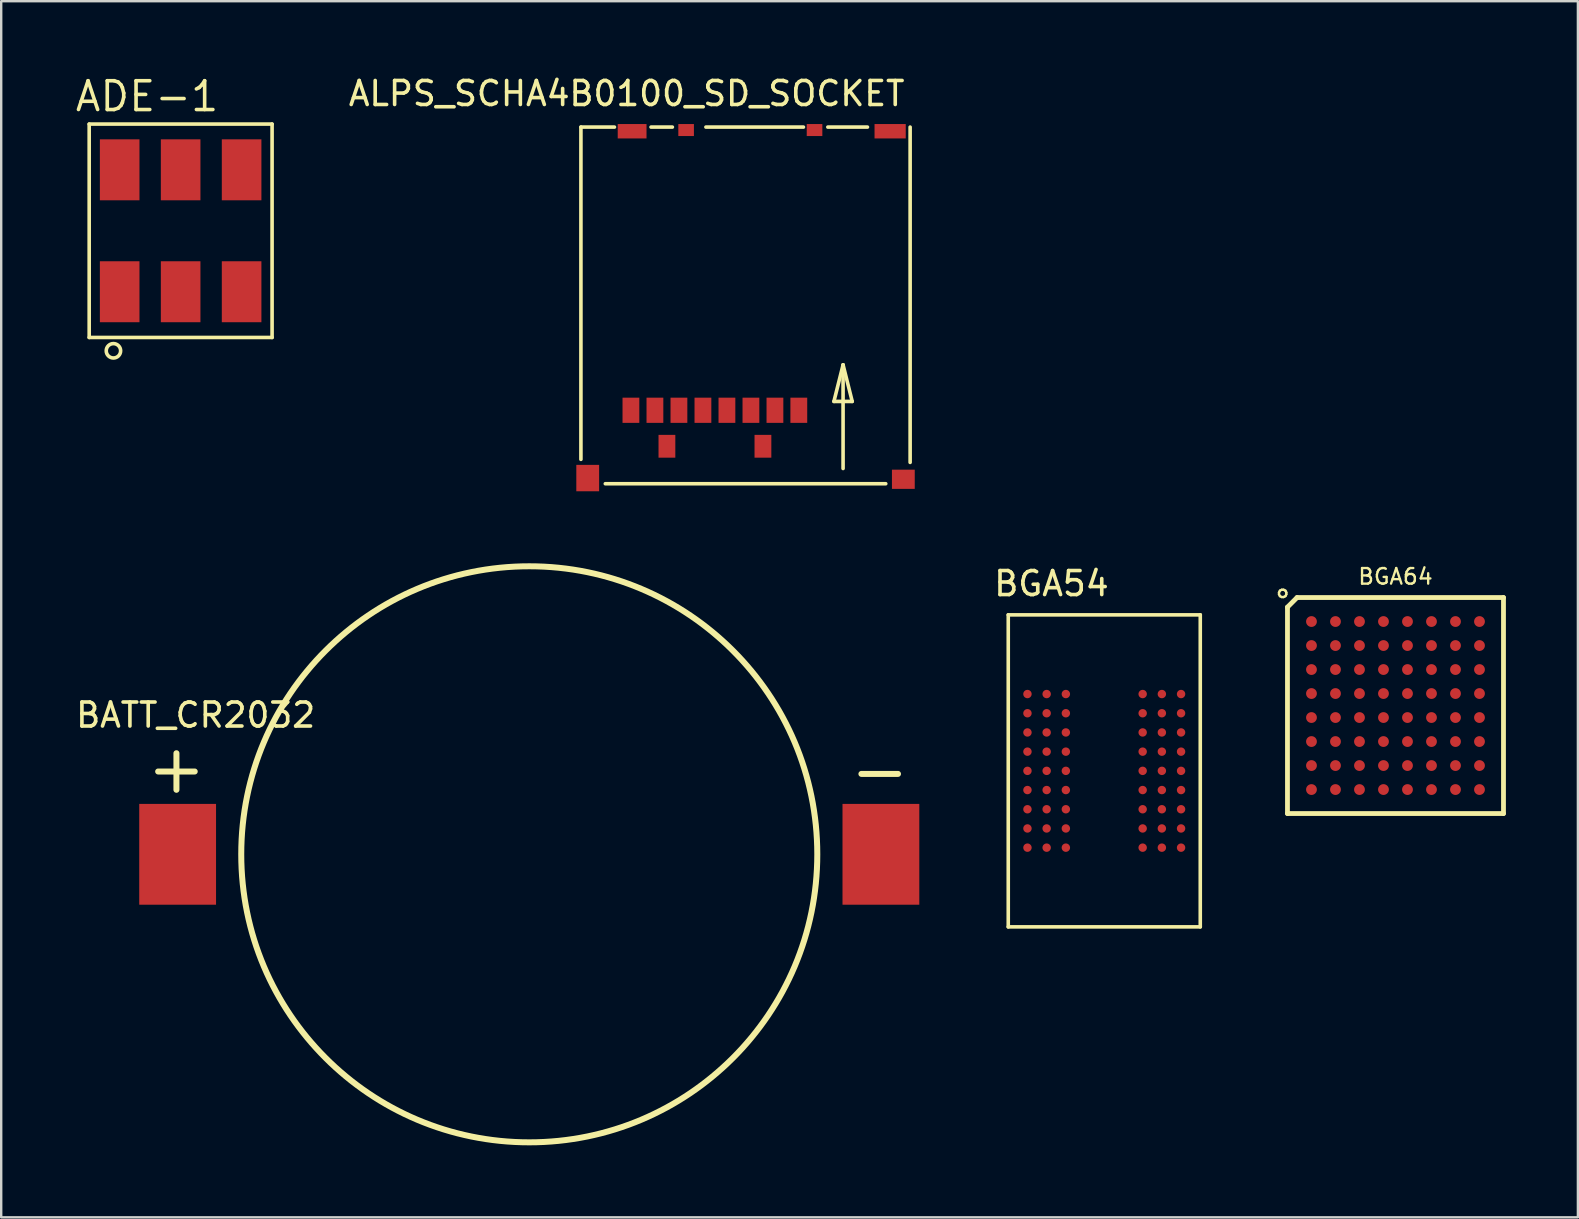
<source format=kicad_pcb>
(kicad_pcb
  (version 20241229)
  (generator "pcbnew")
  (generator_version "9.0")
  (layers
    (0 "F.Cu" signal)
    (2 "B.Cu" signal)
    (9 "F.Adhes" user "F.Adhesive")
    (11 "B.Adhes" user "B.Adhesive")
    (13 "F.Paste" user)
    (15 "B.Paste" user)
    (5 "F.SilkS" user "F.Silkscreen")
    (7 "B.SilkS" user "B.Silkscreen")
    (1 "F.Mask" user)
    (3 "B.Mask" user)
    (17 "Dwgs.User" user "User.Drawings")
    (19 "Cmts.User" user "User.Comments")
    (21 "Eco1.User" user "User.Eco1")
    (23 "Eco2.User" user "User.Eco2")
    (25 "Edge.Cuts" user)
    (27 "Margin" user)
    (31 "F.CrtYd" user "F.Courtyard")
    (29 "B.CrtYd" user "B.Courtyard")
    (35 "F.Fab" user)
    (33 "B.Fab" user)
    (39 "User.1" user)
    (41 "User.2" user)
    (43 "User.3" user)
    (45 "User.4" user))
  (footprint "BATT_CR2032"
    (layer "F.Cu")
    (at 19.001 32.543)
    (property "Reference" "BATT_CR2032" (at -13.9 -5.8 0) (layer "F.SilkS") (effects (font (size 1 1) (thickness 0.15))))
    (attr through_hole)
    (fp_circle (center 0 0) (end 12 0) (stroke (width 0.25) (type solid)) (fill no) (layer "F.SilkS"))
    (fp_text user "-" (at 14.6 -3.5 0) (layer "F.SilkS") (effects (font (size 2 2) (thickness 0.25))))
    (fp_text user "+" (at -14.7 -3.6 0) (layer "F.SilkS") (effects (font (size 2 2) (thickness 0.25))))
    (pad "+" smd rect (at -14.65 0) (size 3.2 4.2) (layers "F.Cu" "F.Mask" "F.Paste"))
    (pad "-" smd rect (at 14.65 0) (size 3.2 4.2) (layers "F.Cu" "F.Mask" "F.Paste")))
  (footprint "BGA54"
    (layer "F.Cu")
    (at 39.757 25.866)
    (property "Reference" "BGA54" (at 1 -4.6 0) (layer "F.SilkS") (effects (font (size 1 1) (thickness 0.15))))
    (attr through_hole)
    (fp_line (start -0.8 -3.3) (end -0.8 9.7) (stroke (width 0.15) (type solid)) (layer "F.SilkS"))
    (fp_line (start -0.8 -3.3) (end 7.2 -3.3) (stroke (width 0.15) (type solid)) (layer "F.SilkS"))
    (fp_line (start -0.8 9.7) (end 7.2 9.7) (stroke (width 0.15) (type solid)) (layer "F.SilkS"))
    (fp_line (start 7.2 9.7) (end 7.2 -3.3) (stroke (width 0.15) (type solid)) (layer "F.SilkS"))
    (pad "A1" smd circle (at 0 0) (size 0.35 0.35) (layers "F.Cu" "F.Mask" "F.Paste"))
    (pad "A2" smd circle (at 0.8 0) (size 0.35 0.35) (layers "F.Cu" "F.Mask" "F.Paste"))
    (pad "A3" smd circle (at 1.6 0) (size 0.35 0.35) (layers "F.Cu" "F.Mask" "F.Paste"))
    (pad "A7" smd circle (at 4.8 0) (size 0.35 0.35) (layers "F.Cu" "F.Mask" "F.Paste"))
    (pad "A8" smd circle (at 5.6 0) (size 0.35 0.35) (layers "F.Cu" "F.Mask" "F.Paste"))
    (pad "A9" smd circle (at 6.4 0) (size 0.35 0.35) (layers "F.Cu" "F.Mask" "F.Paste"))
    (pad "B1" smd circle (at 0 0.8) (size 0.35 0.35) (layers "F.Cu" "F.Mask" "F.Paste"))
    (pad "B2" smd circle (at 0.8 0.8) (size 0.35 0.35) (layers "F.Cu" "F.Mask" "F.Paste"))
    (pad "B3" smd circle (at 1.6 0.8) (size 0.35 0.35) (layers "F.Cu" "F.Mask" "F.Paste"))
    (pad "B7" smd circle (at 4.8 0.8) (size 0.35 0.35) (layers "F.Cu" "F.Mask" "F.Paste"))
    (pad "B8" smd circle (at 5.6 0.8) (size 0.35 0.35) (layers "F.Cu" "F.Mask" "F.Paste"))
    (pad "B9" smd circle (at 6.4 0.8) (size 0.35 0.35) (layers "F.Cu" "F.Mask" "F.Paste"))
    (pad "C1" smd circle (at 0 1.6) (size 0.35 0.35) (layers "F.Cu" "F.Mask" "F.Paste"))
    (pad "C2" smd circle (at 0.8 1.6) (size 0.35 0.35) (layers "F.Cu" "F.Mask" "F.Paste"))
    (pad "C3" smd circle (at 1.6 1.6) (size 0.35 0.35) (layers "F.Cu" "F.Mask" "F.Paste"))
    (pad "C7" smd circle (at 4.8 1.6) (size 0.35 0.35) (layers "F.Cu" "F.Mask" "F.Paste"))
    (pad "C8" smd circle (at 5.6 1.6) (size 0.35 0.35) (layers "F.Cu" "F.Mask" "F.Paste"))
    (pad "C9" smd circle (at 6.4 1.6) (size 0.35 0.35) (layers "F.Cu" "F.Mask" "F.Paste"))
    (pad "D1" smd circle (at 0 2.4) (size 0.35 0.35) (layers "F.Cu" "F.Mask" "F.Paste"))
    (pad "D2" smd circle (at 0.8 2.4) (size 0.35 0.35) (layers "F.Cu" "F.Mask" "F.Paste"))
    (pad "D3" smd circle (at 1.6 2.4) (size 0.35 0.35) (layers "F.Cu" "F.Mask" "F.Paste"))
    (pad "D7" smd circle (at 4.8 2.4) (size 0.35 0.35) (layers "F.Cu" "F.Mask" "F.Paste"))
    (pad "D8" smd circle (at 5.6 2.4) (size 0.35 0.35) (layers "F.Cu" "F.Mask" "F.Paste"))
    (pad "D9" smd circle (at 6.4 2.4) (size 0.35 0.35) (layers "F.Cu" "F.Mask" "F.Paste"))
    (pad "E1" smd circle (at 0 3.2) (size 0.35 0.35) (layers "F.Cu" "F.Mask" "F.Paste"))
    (pad "E2" smd circle (at 0.8 3.2) (size 0.35 0.35) (layers "F.Cu" "F.Mask" "F.Paste"))
    (pad "E3" smd circle (at 1.6 3.2) (size 0.35 0.35) (layers "F.Cu" "F.Mask" "F.Paste"))
    (pad "E7" smd circle (at 4.8 3.2) (size 0.35 0.35) (layers "F.Cu" "F.Mask" "F.Paste"))
    (pad "E8" smd circle (at 5.6 3.2) (size 0.35 0.35) (layers "F.Cu" "F.Mask" "F.Paste"))
    (pad "E9" smd circle (at 6.4 3.2) (size 0.35 0.35) (layers "F.Cu" "F.Mask" "F.Paste"))
    (pad "F1" smd circle (at 0 4) (size 0.35 0.35) (layers "F.Cu" "F.Mask" "F.Paste"))
    (pad "F2" smd circle (at 0.8 4) (size 0.35 0.35) (layers "F.Cu" "F.Mask" "F.Paste"))
    (pad "F3" smd circle (at 1.6 4) (size 0.35 0.35) (layers "F.Cu" "F.Mask" "F.Paste"))
    (pad "F7" smd circle (at 4.8 4) (size 0.35 0.35) (layers "F.Cu" "F.Mask" "F.Paste"))
    (pad "F8" smd circle (at 5.6 4) (size 0.35 0.35) (layers "F.Cu" "F.Mask" "F.Paste"))
    (pad "F9" smd circle (at 6.4 4) (size 0.35 0.35) (layers "F.Cu" "F.Mask" "F.Paste"))
    (pad "G1" smd circle (at 0 4.8) (size 0.35 0.35) (layers "F.Cu" "F.Mask" "F.Paste"))
    (pad "G2" smd circle (at 0.8 4.8) (size 0.35 0.35) (layers "F.Cu" "F.Mask" "F.Paste"))
    (pad "G3" smd circle (at 1.6 4.8) (size 0.35 0.35) (layers "F.Cu" "F.Mask" "F.Paste"))
    (pad "G7" smd circle (at 4.8 4.8) (size 0.35 0.35) (layers "F.Cu" "F.Mask" "F.Paste"))
    (pad "G8" smd circle (at 5.6 4.8) (size 0.35 0.35) (layers "F.Cu" "F.Mask" "F.Paste"))
    (pad "G9" smd circle (at 6.4 4.8) (size 0.35 0.35) (layers "F.Cu" "F.Mask" "F.Paste"))
    (pad "H1" smd circle (at 0 5.6) (size 0.35 0.35) (layers "F.Cu" "F.Mask" "F.Paste"))
    (pad "H2" smd circle (at 0.8 5.6) (size 0.35 0.35) (layers "F.Cu" "F.Mask" "F.Paste"))
    (pad "H3" smd circle (at 1.6 5.6) (size 0.35 0.35) (layers "F.Cu" "F.Mask" "F.Paste"))
    (pad "H7" smd circle (at 4.8 5.6) (size 0.35 0.35) (layers "F.Cu" "F.Mask" "F.Paste"))
    (pad "H8" smd circle (at 5.6 5.6) (size 0.35 0.35) (layers "F.Cu" "F.Mask" "F.Paste"))
    (pad "H9" smd circle (at 6.4 5.6) (size 0.35 0.35) (layers "F.Cu" "F.Mask" "F.Paste"))
    (pad "J1" smd circle (at 0 6.4) (size 0.35 0.35) (layers "F.Cu" "F.Mask" "F.Paste"))
    (pad "J2" smd circle (at 0.8 6.4) (size 0.35 0.35) (layers "F.Cu" "F.Mask" "F.Paste"))
    (pad "J3" smd circle (at 1.6 6.4) (size 0.35 0.35) (layers "F.Cu" "F.Mask" "F.Paste"))
    (pad "J7" smd circle (at 4.8 6.4) (size 0.35 0.35) (layers "F.Cu" "F.Mask" "F.Paste"))
    (pad "J8" smd circle (at 5.6 6.4) (size 0.35 0.35) (layers "F.Cu" "F.Mask" "F.Paste"))
    (pad "J9" smd circle (at 6.4 6.4) (size 0.35 0.35) (layers "F.Cu" "F.Mask" "F.Paste")))
  (footprint "ADE-1"
    (layer "F.Cu")
    (at 4.476 6.565)
    (property "Reference" "ADE-1" (at -1.4 -5.6 180) (layer "F.SilkS") (effects (font (size 1.2 1.2) (thickness 0.15))))
    (attr through_hole)
    (fp_line (start -3.81 -4.445) (end 3.81 -4.445) (stroke (width 0.15) (type solid)) (layer "F.SilkS"))
    (fp_line (start -3.81 4.445) (end -3.81 -4.445) (stroke (width 0.15) (type solid)) (layer "F.SilkS"))
    (fp_line (start 3.81 -4.445) (end 3.81 4.445) (stroke (width 0.15) (type solid)) (layer "F.SilkS"))
    (fp_line (start 3.81 4.445) (end -3.81 4.445) (stroke (width 0.15) (type solid)) (layer "F.SilkS"))
    (fp_circle (center -2.8 5) (end -2.5 5) (stroke (width 0.15) (type solid)) (fill no) (layer "F.SilkS"))
    (pad "1" smd rect (at -2.54 2.54) (size 1.65 2.54) (layers "F.Cu" "F.Mask" "F.Paste"))
    (pad "2" smd rect (at 0 2.54) (size 1.65 2.54) (layers "F.Cu" "F.Mask" "F.Paste"))
    (pad "3" smd rect (at 2.54 2.54) (size 1.65 2.54) (layers "F.Cu" "F.Mask" "F.Paste"))
    (pad "4" smd rect (at 2.54 -2.54) (size 1.65 2.54) (layers "F.Cu" "F.Mask" "F.Paste"))
    (pad "5" smd rect (at 0 -2.54) (size 1.65 2.54) (layers "F.Cu" "F.Mask" "F.Paste"))
    (pad "6" smd rect (at -2.54 -2.54) (size 1.65 2.54) (layers "F.Cu" "F.Mask" "F.Paste")))
  (footprint "ALPS_SCHA4B0100_SD_SOCKET"
    (layer "F.Cu")
    (at 28.011 2.118)
    (property "Reference" "ALPS_SCHA4B0100_SD_SOCKET" (at -4.953 -1.27 0) (layer "F.SilkS") (effects (font (size 1 1) (thickness 0.15))))
    (attr through_hole)
    (fp_line (start -6.858 0.127) (end -5.461 0.127) (stroke (width 0.15) (type solid)) (layer "F.SilkS"))
    (fp_line (start -6.858 13.97) (end -6.858 0.127) (stroke (width 0.15) (type solid)) (layer "F.SilkS"))
    (fp_line (start -3.937 0.127) (end -3.048 0.127) (stroke (width 0.15) (type solid)) (layer "F.SilkS"))
    (fp_line (start -1.651 0.127) (end 2.413 0.127) (stroke (width 0.15) (type solid)) (layer "F.SilkS"))
    (fp_line (start 3.429 0.127) (end 5.08 0.127) (stroke (width 0.15) (type solid)) (layer "F.SilkS"))
    (fp_line (start 3.683 11.557) (end 4.445 11.557) (stroke (width 0.15) (type solid)) (layer "F.SilkS"))
    (fp_line (start 4.064 10.033) (end 3.683 11.557) (stroke (width 0.15) (type solid)) (layer "F.SilkS"))
    (fp_line (start 4.064 14.351) (end 4.064 10.033) (stroke (width 0.15) (type solid)) (layer "F.SilkS"))
    (fp_line (start 4.445 11.557) (end 4.064 10.033) (stroke (width 0.15) (type solid)) (layer "F.SilkS"))
    (fp_line (start 5.842 14.986) (end -5.842 14.986) (stroke (width 0.15) (type solid)) (layer "F.SilkS"))
    (fp_line (start 6.858 0.127) (end 6.858 14.097) (stroke (width 0.15) (type solid)) (layer "F.SilkS"))
    (pad "1" smd rect (at 2.22 11.925) (size 0.7 1.05) (layers "F.Cu" "F.Mask" "F.Paste"))
    (pad "2" smd rect (at 1.225 11.925) (size 0.7 1.05) (layers "F.Cu" "F.Mask" "F.Paste"))
    (pad "3" smd rect (at 0.225 11.925) (size 0.7 1.05) (layers "F.Cu" "F.Mask" "F.Paste"))
    (pad "4" smd rect (at -0.775 11.925) (size 0.7 1.05) (layers "F.Cu" "F.Mask" "F.Paste"))
    (pad "5" smd rect (at -1.775 11.925) (size 0.7 1.05) (layers "F.Cu" "F.Mask" "F.Paste"))
    (pad "6" smd rect (at -2.775 11.925) (size 0.7 1.05) (layers "F.Cu" "F.Mask" "F.Paste"))
    (pad "7" smd rect (at -3.775 11.925) (size 0.7 1.05) (layers "F.Cu" "F.Mask" "F.Paste"))
    (pad "8" smd rect (at -4.775 11.925) (size 0.7 1.05) (layers "F.Cu" "F.Mask" "F.Paste"))
    (pad "9" smd rect (at -2.475 0.25) (size 0.65 0.5) (layers "F.Cu" "F.Mask" "F.Paste"))
    (pad "10" smd rect (at 2.875 0.25) (size 0.65 0.5) (layers "F.Cu" "F.Mask" "F.Paste"))
    (pad "11" smd rect (at 6.575 14.8) (size 0.95 0.8) (layers "F.Cu" "F.Mask" "F.Paste"))
    (pad "12" smd rect (at -6.575 14.75) (size 0.95 1.1) (layers "F.Cu" "F.Mask" "F.Paste"))
    (pad "13" smd rect (at 0.725 13.425) (size 0.7 0.95) (layers "F.Cu" "F.Mask" "F.Paste"))
    (pad "14" smd rect (at -3.275 13.425) (size 0.7 0.95) (layers "F.Cu" "F.Mask" "F.Paste"))
    (pad "15" smd rect (at 6.025 0.3) (size 1.3 0.6) (layers "F.Cu" "F.Mask" "F.Paste"))
    (pad "16" smd rect (at -4.725 0.3) (size 1.2 0.6) (layers "F.Cu" "F.Mask" "F.Paste")))
  (footprint "BGA64"
    (layer "F.Cu")
    (at 55.09 26.345)
    (property "Reference" "BGA64" (at 0 -5.375 0) (layer "F.SilkS") (effects (font (size 0.65 0.65) (thickness 0.098))))
    (attr smd)
    (fp_line (start -4.5 -4.1) (end -4.1 -4.5) (stroke (width 0.2) (type solid)) (layer "F.SilkS"))
    (fp_line (start -4.5 4.5) (end -4.5 -4.1) (stroke (width 0.2) (type solid)) (layer "F.SilkS"))
    (fp_line (start -4.1 -4.5) (end 4.5 -4.5) (stroke (width 0.2) (type solid)) (layer "F.SilkS"))
    (fp_line (start 4.5 -4.5) (end 4.5 4.5) (stroke (width 0.2) (type solid)) (layer "F.SilkS"))
    (fp_line (start 4.5 4.5) (end -4.5 4.5) (stroke (width 0.2) (type solid)) (layer "F.SilkS"))
    (fp_text user "○" (at -4.7 -4.7 0) (layer "F.SilkS") (effects (font (size 0.4 0.4) (thickness 0.1))))
    (pad "A1" smd circle (at -3.5 -3.5) (size 0.45 0.45) (layers "F.Cu" "F.Mask" "F.Paste"))
    (pad "A2" smd circle (at -2.5 -3.5) (size 0.45 0.45) (layers "F.Cu" "F.Mask" "F.Paste"))
    (pad "A3" smd circle (at -1.5 -3.5) (size 0.45 0.45) (layers "F.Cu" "F.Mask" "F.Paste"))
    (pad "A4" smd circle (at -0.5 -3.5) (size 0.45 0.45) (layers "F.Cu" "F.Mask" "F.Paste"))
    (pad "A5" smd circle (at 0.5 -3.5) (size 0.45 0.45) (layers "F.Cu" "F.Mask" "F.Paste"))
    (pad "A6" smd circle (at 1.5 -3.5) (size 0.45 0.45) (layers "F.Cu" "F.Mask" "F.Paste"))
    (pad "A7" smd circle (at 2.5 -3.5) (size 0.45 0.45) (layers "F.Cu" "F.Mask" "F.Paste"))
    (pad "A8" smd circle (at 3.5 -3.5) (size 0.45 0.45) (layers "F.Cu" "F.Mask" "F.Paste"))
    (pad "B1" smd circle (at -3.5 -2.5) (size 0.45 0.45) (layers "F.Cu" "F.Mask" "F.Paste"))
    (pad "B2" smd circle (at -2.5 -2.5) (size 0.45 0.45) (layers "F.Cu" "F.Mask" "F.Paste"))
    (pad "B3" smd circle (at -1.5 -2.5) (size 0.45 0.45) (layers "F.Cu" "F.Mask" "F.Paste"))
    (pad "B4" smd circle (at -0.5 -2.5) (size 0.45 0.45) (layers "F.Cu" "F.Mask" "F.Paste"))
    (pad "B5" smd circle (at 0.5 -2.5) (size 0.45 0.45) (layers "F.Cu" "F.Mask" "F.Paste"))
    (pad "B6" smd circle (at 1.5 -2.5) (size 0.45 0.45) (layers "F.Cu" "F.Mask" "F.Paste"))
    (pad "B7" smd circle (at 2.5 -2.5) (size 0.45 0.45) (layers "F.Cu" "F.Mask" "F.Paste"))
    (pad "B8" smd circle (at 3.5 -2.5) (size 0.45 0.45) (layers "F.Cu" "F.Mask" "F.Paste"))
    (pad "C1" smd circle (at -3.5 -1.5) (size 0.45 0.45) (layers "F.Cu" "F.Mask" "F.Paste"))
    (pad "C2" smd circle (at -2.5 -1.5) (size 0.45 0.45) (layers "F.Cu" "F.Mask" "F.Paste"))
    (pad "C3" smd circle (at -1.5 -1.5) (size 0.45 0.45) (layers "F.Cu" "F.Mask" "F.Paste"))
    (pad "C4" smd circle (at -0.5 -1.5) (size 0.45 0.45) (layers "F.Cu" "F.Mask" "F.Paste"))
    (pad "C5" smd circle (at 0.5 -1.5) (size 0.45 0.45) (layers "F.Cu" "F.Mask" "F.Paste"))
    (pad "C6" smd circle (at 1.5 -1.5) (size 0.45 0.45) (layers "F.Cu" "F.Mask" "F.Paste"))
    (pad "C7" smd circle (at 2.5 -1.5) (size 0.45 0.45) (layers "F.Cu" "F.Mask" "F.Paste"))
    (pad "C8" smd circle (at 3.5 -1.5) (size 0.45 0.45) (layers "F.Cu" "F.Mask" "F.Paste"))
    (pad "D1" smd circle (at -3.5 -0.5) (size 0.45 0.45) (layers "F.Cu" "F.Mask" "F.Paste"))
    (pad "D2" smd circle (at -2.5 -0.5) (size 0.45 0.45) (layers "F.Cu" "F.Mask" "F.Paste"))
    (pad "D3" smd circle (at -1.5 -0.5) (size 0.45 0.45) (layers "F.Cu" "F.Mask" "F.Paste"))
    (pad "D4" smd circle (at -0.5 -0.5) (size 0.45 0.45) (layers "F.Cu" "F.Mask" "F.Paste"))
    (pad "D5" smd circle (at 0.5 -0.5) (size 0.45 0.45) (layers "F.Cu" "F.Mask" "F.Paste"))
    (pad "D6" smd circle (at 1.5 -0.5) (size 0.45 0.45) (layers "F.Cu" "F.Mask" "F.Paste"))
    (pad "D7" smd circle (at 2.5 -0.5) (size 0.45 0.45) (layers "F.Cu" "F.Mask" "F.Paste"))
    (pad "D8" smd circle (at 3.5 -0.5) (size 0.45 0.45) (layers "F.Cu" "F.Mask" "F.Paste"))
    (pad "E1" smd circle (at -3.5 0.5) (size 0.45 0.45) (layers "F.Cu" "F.Mask" "F.Paste"))
    (pad "E2" smd circle (at -2.5 0.5) (size 0.45 0.45) (layers "F.Cu" "F.Mask" "F.Paste"))
    (pad "E3" smd circle (at -1.5 0.5) (size 0.45 0.45) (layers "F.Cu" "F.Mask" "F.Paste"))
    (pad "E4" smd circle (at -0.5 0.5) (size 0.45 0.45) (layers "F.Cu" "F.Mask" "F.Paste"))
    (pad "E5" smd circle (at 0.5 0.5) (size 0.45 0.45) (layers "F.Cu" "F.Mask" "F.Paste"))
    (pad "E6" smd circle (at 1.5 0.5) (size 0.45 0.45) (layers "F.Cu" "F.Mask" "F.Paste"))
    (pad "E7" smd circle (at 2.5 0.5) (size 0.45 0.45) (layers "F.Cu" "F.Mask" "F.Paste"))
    (pad "E8" smd circle (at 3.5 0.5) (size 0.45 0.45) (layers "F.Cu" "F.Mask" "F.Paste"))
    (pad "F1" smd circle (at -3.5 1.5) (size 0.45 0.45) (layers "F.Cu" "F.Mask" "F.Paste"))
    (pad "F2" smd circle (at -2.5 1.5) (size 0.45 0.45) (layers "F.Cu" "F.Mask" "F.Paste"))
    (pad "F3" smd circle (at -1.5 1.5) (size 0.45 0.45) (layers "F.Cu" "F.Mask" "F.Paste"))
    (pad "F4" smd circle (at -0.5 1.5) (size 0.45 0.45) (layers "F.Cu" "F.Mask" "F.Paste"))
    (pad "F5" smd circle (at 0.5 1.5) (size 0.45 0.45) (layers "F.Cu" "F.Mask" "F.Paste"))
    (pad "F6" smd circle (at 1.5 1.5) (size 0.45 0.45) (layers "F.Cu" "F.Mask" "F.Paste"))
    (pad "F7" smd circle (at 2.5 1.5) (size 0.45 0.45) (layers "F.Cu" "F.Mask" "F.Paste"))
    (pad "F8" smd circle (at 3.5 1.5) (size 0.45 0.45) (layers "F.Cu" "F.Mask" "F.Paste"))
    (pad "G1" smd circle (at -3.5 2.5) (size 0.45 0.45) (layers "F.Cu" "F.Mask" "F.Paste"))
    (pad "G2" smd circle (at -2.5 2.5) (size 0.45 0.45) (layers "F.Cu" "F.Mask" "F.Paste"))
    (pad "G3" smd circle (at -1.5 2.5) (size 0.45 0.45) (layers "F.Cu" "F.Mask" "F.Paste"))
    (pad "G4" smd circle (at -0.5 2.5) (size 0.45 0.45) (layers "F.Cu" "F.Mask" "F.Paste"))
    (pad "G5" smd circle (at 0.5 2.5) (size 0.45 0.45) (layers "F.Cu" "F.Mask" "F.Paste"))
    (pad "G6" smd circle (at 1.5 2.5) (size 0.45 0.45) (layers "F.Cu" "F.Mask" "F.Paste"))
    (pad "G7" smd circle (at 2.5 2.5) (size 0.45 0.45) (layers "F.Cu" "F.Mask" "F.Paste"))
    (pad "G8" smd circle (at 3.5 2.5) (size 0.45 0.45) (layers "F.Cu" "F.Mask" "F.Paste"))
    (pad "H1" smd circle (at -3.5 3.5) (size 0.45 0.45) (layers "F.Cu" "F.Mask" "F.Paste"))
    (pad "H2" smd circle (at -2.5 3.5) (size 0.45 0.45) (layers "F.Cu" "F.Mask" "F.Paste"))
    (pad "H3" smd circle (at -1.5 3.5) (size 0.45 0.45) (layers "F.Cu" "F.Mask" "F.Paste"))
    (pad "H4" smd circle (at -0.5 3.5) (size 0.45 0.45) (layers "F.Cu" "F.Mask" "F.Paste"))
    (pad "H5" smd circle (at 0.5 3.5) (size 0.45 0.45) (layers "F.Cu" "F.Mask" "F.Paste"))
    (pad "H6" smd circle (at 1.5 3.5) (size 0.45 0.45) (layers "F.Cu" "F.Mask" "F.Paste"))
    (pad "H7" smd circle (at 2.5 3.5) (size 0.45 0.45) (layers "F.Cu" "F.Mask" "F.Paste"))
    (pad "H8" smd circle (at 3.5 3.5) (size 0.45 0.45) (layers "F.Cu" "F.Mask" "F.Paste")))
  (gr_rect
    (start -3 -3)
    (end 62.69 47.668)
    (stroke (width 0.1) (type default))
    (fill no)
    (layer "Edge.Cuts")))
</source>
